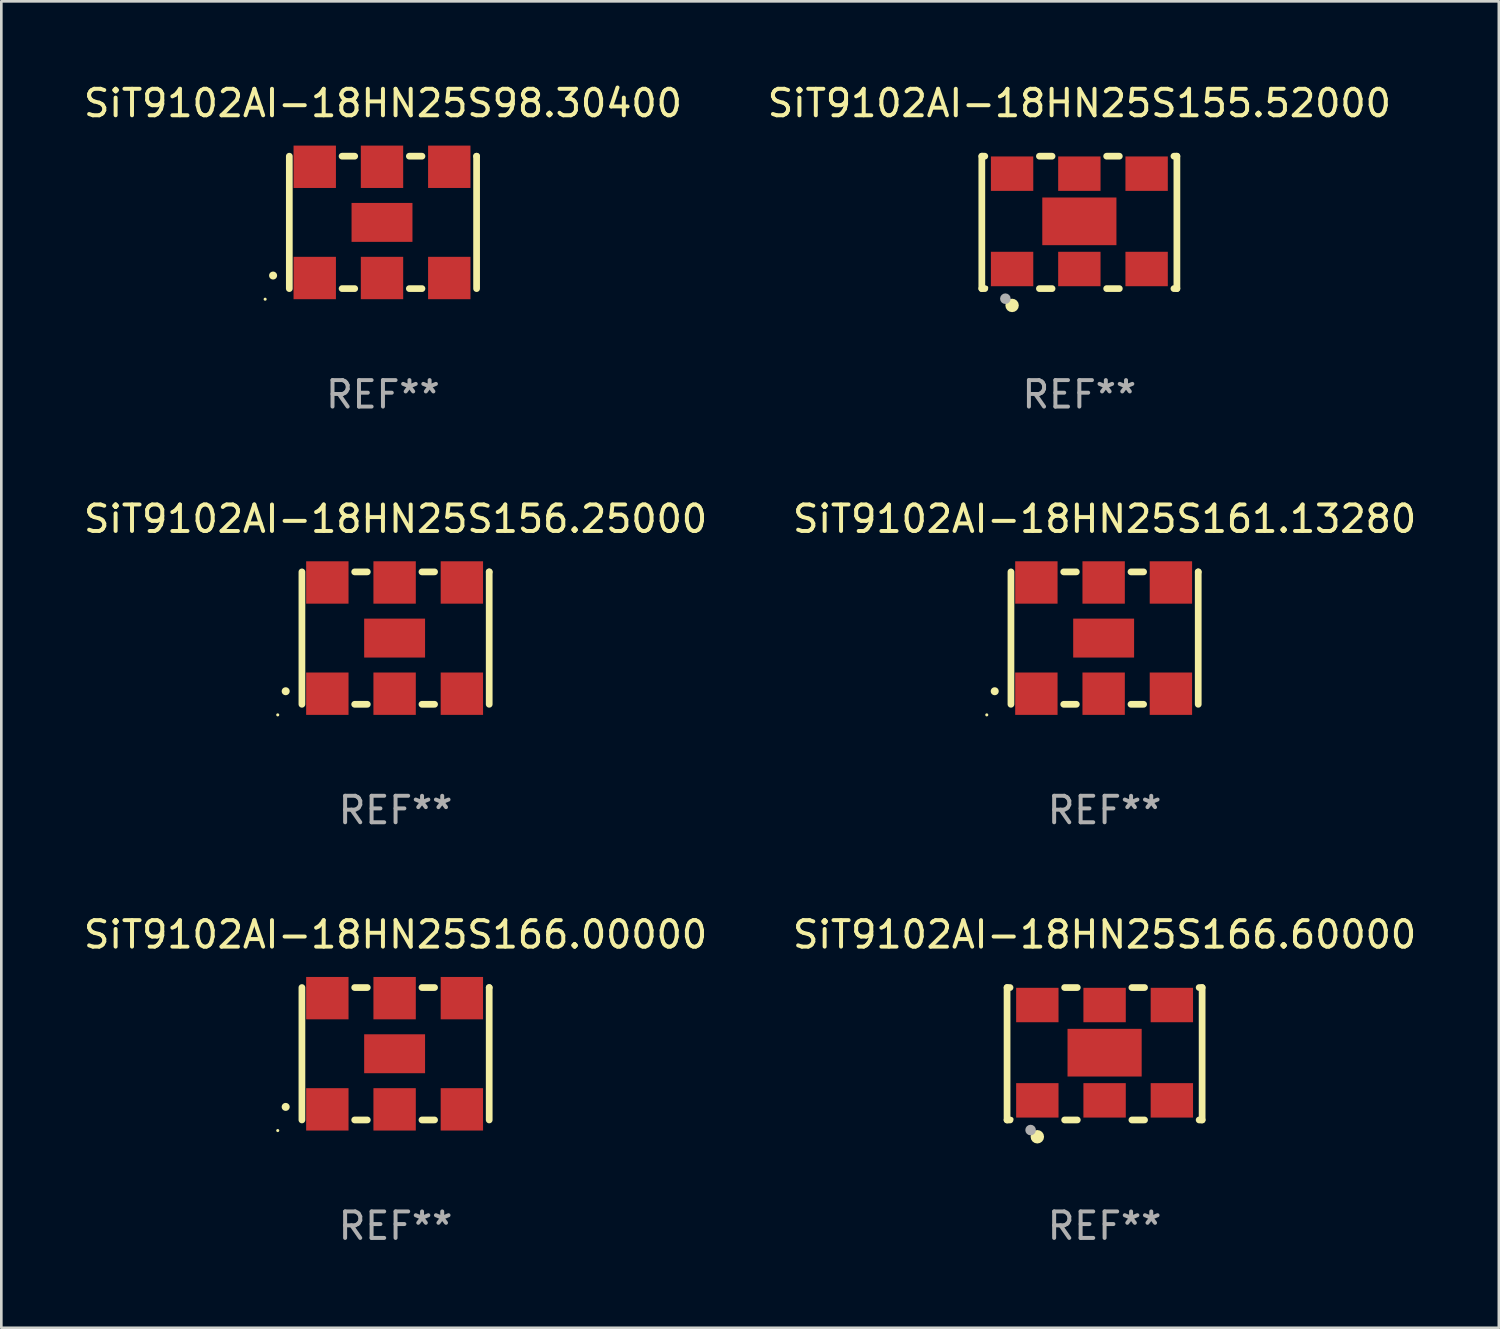
<source format=kicad_pcb>
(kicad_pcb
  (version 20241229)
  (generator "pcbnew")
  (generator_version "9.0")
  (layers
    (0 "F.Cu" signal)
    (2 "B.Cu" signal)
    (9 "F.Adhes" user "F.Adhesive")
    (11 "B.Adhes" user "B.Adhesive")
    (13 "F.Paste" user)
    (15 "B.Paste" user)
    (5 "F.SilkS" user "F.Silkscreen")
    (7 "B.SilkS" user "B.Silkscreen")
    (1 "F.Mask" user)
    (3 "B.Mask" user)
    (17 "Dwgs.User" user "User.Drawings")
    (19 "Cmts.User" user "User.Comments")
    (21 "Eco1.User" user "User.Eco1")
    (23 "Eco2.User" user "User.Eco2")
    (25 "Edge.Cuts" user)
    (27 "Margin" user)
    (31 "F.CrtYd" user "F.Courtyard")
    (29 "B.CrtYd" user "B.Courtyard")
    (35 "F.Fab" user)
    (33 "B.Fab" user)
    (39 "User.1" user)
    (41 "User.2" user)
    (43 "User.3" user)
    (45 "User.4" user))
  (footprint "SiT9102AI-18HN25S166.60000"
    (layer "F.Cu")
    (at 38.661 36.741)
    (property "Reference" "SiT9102AI-18HN25S166.60000" (at 0 -4.5 0) (layer "F.SilkS") (effects (font (size 1 1) (thickness 0.15))))
    (attr through_hole)
    (fp_line (start -3.683 -2.5) (end -3.571 -2.5) (stroke (width 0.254) (type solid)) (layer "F.SilkS"))
    (fp_line (start -3.683 2.5) (end -3.683 -2.5) (stroke (width 0.254) (type solid)) (layer "F.SilkS"))
    (fp_line (start -3.683 2.5) (end -3.571 2.5) (stroke (width 0.254) (type solid)) (layer "F.SilkS"))
    (fp_line (start -1.509 -2.5) (end -1.031 -2.5) (stroke (width 0.254) (type solid)) (layer "F.SilkS"))
    (fp_line (start -1.509 2.5) (end -1.031 2.5) (stroke (width 0.254) (type solid)) (layer "F.SilkS"))
    (fp_line (start 1.031 -2.5) (end 1.509 -2.5) (stroke (width 0.254) (type solid)) (layer "F.SilkS"))
    (fp_line (start 1.031 2.5) (end 1.509 2.5) (stroke (width 0.254) (type solid)) (layer "F.SilkS"))
    (fp_line (start 3.571 -2.5) (end 3.683 -2.5) (stroke (width 0.254) (type solid)) (layer "F.SilkS"))
    (fp_line (start 3.571 2.5) (end 3.683 2.5) (stroke (width 0.254) (type solid)) (layer "F.SilkS"))
    (fp_line (start 3.683 2.5) (end 3.683 -2.5) (stroke (width 0.254) (type solid)) (layer "F.SilkS"))
    (fp_circle (center -3.5 2.46) (end -3.47 2.46) (stroke (width 0.06) (type solid)) (fill no) (layer "F.SilkS"))
    (fp_circle (center -2.54 3.135) (end -2.413 3.135) (stroke (width 0.254) (type solid)) (fill no) (layer "F.SilkS"))
    (fp_circle (center -2.794 2.881) (end -2.694 2.881) (stroke (width 0.2) (type solid)) (fill no) (layer "F.Fab"))
    (fp_text user "REF**" (at 0 6.5 0) (layer "F.Fab") (effects (font (size 1 1) (thickness 0.15))))
    (pad "1" smd rect (at -2.54 1.76) (size 1.6 1.3) (layers "F.Cu" "F.Mask" "F.Paste"))
    (pad "2" smd rect (at 0 1.76) (size 1.6 1.3) (layers "F.Cu" "F.Mask" "F.Paste"))
    (pad "3" smd rect (at 2.54 1.76) (size 1.6 1.3) (layers "F.Cu" "F.Mask" "F.Paste"))
    (pad "4" smd rect (at 2.54 -1.84) (size 1.6 1.3) (layers "F.Cu" "F.Mask" "F.Paste"))
    (pad "5" smd rect (at 0 -1.84) (size 1.6 1.3) (layers "F.Cu" "F.Mask" "F.Paste"))
    (pad "6" smd rect (at -2.54 -1.84) (size 1.6 1.3) (layers "F.Cu" "F.Mask" "F.Paste"))
    (pad "7" smd rect (at 0 -0.04) (size 2.8 1.8) (layers "F.Cu" "F.Mask" "F.Paste")))
  (footprint "SiT9102AI-18HN25S155.52000"
    (layer "F.Cu")
    (at 37.708 5.348)
    (property "Reference" "SiT9102AI-18HN25S155.52000" (at 0 -4.5 0) (layer "F.SilkS") (effects (font (size 1 1) (thickness 0.15))))
    (attr through_hole)
    (fp_line (start -3.683 -2.5) (end -3.571 -2.5) (stroke (width 0.254) (type solid)) (layer "F.SilkS"))
    (fp_line (start -3.683 2.5) (end -3.683 -2.5) (stroke (width 0.254) (type solid)) (layer "F.SilkS"))
    (fp_line (start -3.683 2.5) (end -3.571 2.5) (stroke (width 0.254) (type solid)) (layer "F.SilkS"))
    (fp_line (start -1.509 -2.5) (end -1.031 -2.5) (stroke (width 0.254) (type solid)) (layer "F.SilkS"))
    (fp_line (start -1.509 2.5) (end -1.031 2.5) (stroke (width 0.254) (type solid)) (layer "F.SilkS"))
    (fp_line (start 1.031 -2.5) (end 1.509 -2.5) (stroke (width 0.254) (type solid)) (layer "F.SilkS"))
    (fp_line (start 1.031 2.5) (end 1.509 2.5) (stroke (width 0.254) (type solid)) (layer "F.SilkS"))
    (fp_line (start 3.571 -2.5) (end 3.683 -2.5) (stroke (width 0.254) (type solid)) (layer "F.SilkS"))
    (fp_line (start 3.571 2.5) (end 3.683 2.5) (stroke (width 0.254) (type solid)) (layer "F.SilkS"))
    (fp_line (start 3.683 2.5) (end 3.683 -2.5) (stroke (width 0.254) (type solid)) (layer "F.SilkS"))
    (fp_circle (center -3.5 2.46) (end -3.47 2.46) (stroke (width 0.06) (type solid)) (fill no) (layer "F.SilkS"))
    (fp_circle (center -2.54 3.135) (end -2.413 3.135) (stroke (width 0.254) (type solid)) (fill no) (layer "F.SilkS"))
    (fp_circle (center -2.794 2.881) (end -2.694 2.881) (stroke (width 0.2) (type solid)) (fill no) (layer "F.Fab"))
    (fp_text user "REF**" (at 0 6.5 0) (layer "F.Fab") (effects (font (size 1 1) (thickness 0.15))))
    (pad "1" smd rect (at -2.54 1.76) (size 1.6 1.3) (layers "F.Cu" "F.Mask" "F.Paste"))
    (pad "2" smd rect (at 0 1.76) (size 1.6 1.3) (layers "F.Cu" "F.Mask" "F.Paste"))
    (pad "3" smd rect (at 2.54 1.76) (size 1.6 1.3) (layers "F.Cu" "F.Mask" "F.Paste"))
    (pad "4" smd rect (at 2.54 -1.84) (size 1.6 1.3) (layers "F.Cu" "F.Mask" "F.Paste"))
    (pad "5" smd rect (at 0 -1.84) (size 1.6 1.3) (layers "F.Cu" "F.Mask" "F.Paste"))
    (pad "6" smd rect (at -2.54 -1.84) (size 1.6 1.3) (layers "F.Cu" "F.Mask" "F.Paste"))
    (pad "7" smd rect (at 0 -0.04) (size 2.8 1.8) (layers "F.Cu" "F.Mask" "F.Paste")))
  (footprint "SiT9102AI-18HN25S166.00000"
    (layer "F.Cu")
    (at 11.887 36.741)
    (property "Reference" "SiT9102AI-18HN25S166.00000" (at 0 -4.5 0) (layer "F.SilkS") (effects (font (size 1 1) (thickness 0.15))))
    (attr through_hole)
    (fp_line (start -3.536 -2.5) (end -3.536 2.5) (stroke (width 0.254) (type solid)) (layer "F.SilkS"))
    (fp_line (start -1.544 2.5) (end -1.067 2.5) (stroke (width 0.254) (type solid)) (layer "F.SilkS"))
    (fp_line (start -1.067 -2.5) (end -1.544 -2.5) (stroke (width 0.254) (type solid)) (layer "F.SilkS"))
    (fp_line (start 0.996 2.5) (end 1.473 2.5) (stroke (width 0.254) (type solid)) (layer "F.SilkS"))
    (fp_line (start 1.473 -2.5) (end 0.996 -2.5) (stroke (width 0.254) (type solid)) (layer "F.SilkS"))
    (fp_line (start 3.536 -2.5) (end 3.536 -2.5) (stroke (width 0.254) (type solid)) (layer "F.SilkS"))
    (fp_line (start 3.536 2.5) (end 3.536 -2.5) (stroke (width 0.254) (type solid)) (layer "F.SilkS"))
    (fp_arc (start -4.150432 2.006604) (mid -4.149162 2.006599) (end -4.147892 2.006604) (stroke (width 0.3) (type solid)) (layer "F.SilkS"))
    (fp_circle (center -4.449 2.9) (end -4.419 2.9) (stroke (width 0.06) (type solid)) (fill no) (layer "F.SilkS"))
    (fp_text user "REF**" (at 0 6.5 0) (layer "F.Fab") (effects (font (size 1 1) (thickness 0.15))))
    (pad "1" smd rect (at -2.576 2.1) (size 1.6 1.6) (layers "F.Cu" "F.Mask" "F.Paste"))
    (pad "2" smd rect (at -0.036 2.1) (size 1.6 1.6) (layers "F.Cu" "F.Mask" "F.Paste"))
    (pad "3" smd rect (at 2.504 2.1) (size 1.6 1.6) (layers "F.Cu" "F.Mask" "F.Paste"))
    (pad "4" smd rect (at 2.504 -2.1) (size 1.6 1.6) (layers "F.Cu" "F.Mask" "F.Paste"))
    (pad "5" smd rect (at -0.036 -2.1) (size 1.6 1.6) (layers "F.Cu" "F.Mask" "F.Paste"))
    (pad "6" smd rect (at -2.576 -2.1) (size 1.6 1.6) (layers "F.Cu" "F.Mask" "F.Paste"))
    (pad "7" smd rect (at -0.036 0) (size 2.3 1.47) (layers "F.Cu" "F.Mask" "F.Paste")))
  (footprint "SiT9102AI-18HN25S98.30400"
    (layer "F.Cu")
    (at 11.411 5.348)
    (property "Reference" "SiT9102AI-18HN25S98.30400" (at 0 -4.5 0) (layer "F.SilkS") (effects (font (size 1 1) (thickness 0.15))))
    (attr through_hole)
    (fp_line (start -3.536 -2.5) (end -3.536 2.5) (stroke (width 0.254) (type solid)) (layer "F.SilkS"))
    (fp_line (start -1.544 2.5) (end -1.067 2.5) (stroke (width 0.254) (type solid)) (layer "F.SilkS"))
    (fp_line (start -1.067 -2.5) (end -1.544 -2.5) (stroke (width 0.254) (type solid)) (layer "F.SilkS"))
    (fp_line (start 0.996 2.5) (end 1.473 2.5) (stroke (width 0.254) (type solid)) (layer "F.SilkS"))
    (fp_line (start 1.473 -2.5) (end 0.996 -2.5) (stroke (width 0.254) (type solid)) (layer "F.SilkS"))
    (fp_line (start 3.536 -2.5) (end 3.536 -2.5) (stroke (width 0.254) (type solid)) (layer "F.SilkS"))
    (fp_line (start 3.536 2.5) (end 3.536 -2.5) (stroke (width 0.254) (type solid)) (layer "F.SilkS"))
    (fp_arc (start -4.150432 2.006604) (mid -4.149162 2.006599) (end -4.147892 2.006604) (stroke (width 0.3) (type solid)) (layer "F.SilkS"))
    (fp_circle (center -4.449 2.9) (end -4.419 2.9) (stroke (width 0.06) (type solid)) (fill no) (layer "F.SilkS"))
    (fp_text user "REF**" (at 0 6.5 0) (layer "F.Fab") (effects (font (size 1 1) (thickness 0.15))))
    (pad "1" smd rect (at -2.576 2.1) (size 1.6 1.6) (layers "F.Cu" "F.Mask" "F.Paste"))
    (pad "2" smd rect (at -0.036 2.1) (size 1.6 1.6) (layers "F.Cu" "F.Mask" "F.Paste"))
    (pad "3" smd rect (at 2.504 2.1) (size 1.6 1.6) (layers "F.Cu" "F.Mask" "F.Paste"))
    (pad "4" smd rect (at 2.504 -2.1) (size 1.6 1.6) (layers "F.Cu" "F.Mask" "F.Paste"))
    (pad "5" smd rect (at -0.036 -2.1) (size 1.6 1.6) (layers "F.Cu" "F.Mask" "F.Paste"))
    (pad "6" smd rect (at -2.576 -2.1) (size 1.6 1.6) (layers "F.Cu" "F.Mask" "F.Paste"))
    (pad "7" smd rect (at -0.036 0) (size 2.3 1.47) (layers "F.Cu" "F.Mask" "F.Paste")))
  (footprint "SiT9102AI-18HN25S156.25000"
    (layer "F.Cu")
    (at 11.887 21.045)
    (property "Reference" "SiT9102AI-18HN25S156.25000" (at 0 -4.5 0) (layer "F.SilkS") (effects (font (size 1 1) (thickness 0.15))))
    (attr through_hole)
    (fp_line (start -3.536 -2.5) (end -3.536 2.5) (stroke (width 0.254) (type solid)) (layer "F.SilkS"))
    (fp_line (start -1.544 2.5) (end -1.067 2.5) (stroke (width 0.254) (type solid)) (layer "F.SilkS"))
    (fp_line (start -1.067 -2.5) (end -1.544 -2.5) (stroke (width 0.254) (type solid)) (layer "F.SilkS"))
    (fp_line (start 0.996 2.5) (end 1.473 2.5) (stroke (width 0.254) (type solid)) (layer "F.SilkS"))
    (fp_line (start 1.473 -2.5) (end 0.996 -2.5) (stroke (width 0.254) (type solid)) (layer "F.SilkS"))
    (fp_line (start 3.536 -2.5) (end 3.536 -2.5) (stroke (width 0.254) (type solid)) (layer "F.SilkS"))
    (fp_line (start 3.536 2.5) (end 3.536 -2.5) (stroke (width 0.254) (type solid)) (layer "F.SilkS"))
    (fp_arc (start -4.150432 2.006604) (mid -4.149162 2.006599) (end -4.147892 2.006604) (stroke (width 0.3) (type solid)) (layer "F.SilkS"))
    (fp_circle (center -4.449 2.9) (end -4.419 2.9) (stroke (width 0.06) (type solid)) (fill no) (layer "F.SilkS"))
    (fp_text user "REF**" (at 0 6.5 0) (layer "F.Fab") (effects (font (size 1 1) (thickness 0.15))))
    (pad "1" smd rect (at -2.576 2.1) (size 1.6 1.6) (layers "F.Cu" "F.Mask" "F.Paste"))
    (pad "2" smd rect (at -0.036 2.1) (size 1.6 1.6) (layers "F.Cu" "F.Mask" "F.Paste"))
    (pad "3" smd rect (at 2.504 2.1) (size 1.6 1.6) (layers "F.Cu" "F.Mask" "F.Paste"))
    (pad "4" smd rect (at 2.504 -2.1) (size 1.6 1.6) (layers "F.Cu" "F.Mask" "F.Paste"))
    (pad "5" smd rect (at -0.036 -2.1) (size 1.6 1.6) (layers "F.Cu" "F.Mask" "F.Paste"))
    (pad "6" smd rect (at -2.576 -2.1) (size 1.6 1.6) (layers "F.Cu" "F.Mask" "F.Paste"))
    (pad "7" smd rect (at -0.036 0) (size 2.3 1.47) (layers "F.Cu" "F.Mask" "F.Paste")))
  (footprint "SiT9102AI-18HN25S161.13280"
    (layer "F.Cu")
    (at 38.661 21.045)
    (property "Reference" "SiT9102AI-18HN25S161.13280" (at 0 -4.5 0) (layer "F.SilkS") (effects (font (size 1 1) (thickness 0.15))))
    (attr through_hole)
    (fp_line (start -3.536 -2.5) (end -3.536 2.5) (stroke (width 0.254) (type solid)) (layer "F.SilkS"))
    (fp_line (start -1.544 2.5) (end -1.067 2.5) (stroke (width 0.254) (type solid)) (layer "F.SilkS"))
    (fp_line (start -1.067 -2.5) (end -1.544 -2.5) (stroke (width 0.254) (type solid)) (layer "F.SilkS"))
    (fp_line (start 0.996 2.5) (end 1.473 2.5) (stroke (width 0.254) (type solid)) (layer "F.SilkS"))
    (fp_line (start 1.473 -2.5) (end 0.996 -2.5) (stroke (width 0.254) (type solid)) (layer "F.SilkS"))
    (fp_line (start 3.536 -2.5) (end 3.536 -2.5) (stroke (width 0.254) (type solid)) (layer "F.SilkS"))
    (fp_line (start 3.536 2.5) (end 3.536 -2.5) (stroke (width 0.254) (type solid)) (layer "F.SilkS"))
    (fp_arc (start -4.150432 2.006604) (mid -4.149162 2.006599) (end -4.147892 2.006604) (stroke (width 0.3) (type solid)) (layer "F.SilkS"))
    (fp_circle (center -4.449 2.9) (end -4.419 2.9) (stroke (width 0.06) (type solid)) (fill no) (layer "F.SilkS"))
    (fp_text user "REF**" (at 0 6.5 0) (layer "F.Fab") (effects (font (size 1 1) (thickness 0.15))))
    (pad "1" smd rect (at -2.576 2.1) (size 1.6 1.6) (layers "F.Cu" "F.Mask" "F.Paste"))
    (pad "2" smd rect (at -0.036 2.1) (size 1.6 1.6) (layers "F.Cu" "F.Mask" "F.Paste"))
    (pad "3" smd rect (at 2.504 2.1) (size 1.6 1.6) (layers "F.Cu" "F.Mask" "F.Paste"))
    (pad "4" smd rect (at 2.504 -2.1) (size 1.6 1.6) (layers "F.Cu" "F.Mask" "F.Paste"))
    (pad "5" smd rect (at -0.036 -2.1) (size 1.6 1.6) (layers "F.Cu" "F.Mask" "F.Paste"))
    (pad "6" smd rect (at -2.576 -2.1) (size 1.6 1.6) (layers "F.Cu" "F.Mask" "F.Paste"))
    (pad "7" smd rect (at -0.036 0) (size 2.3 1.47) (layers "F.Cu" "F.Mask" "F.Paste")))
  (gr_rect
    (start -3 -3)
    (end 53.548 47.09)
    (stroke (width 0.1) (type default))
    (fill no)
    (layer "Edge.Cuts")))
</source>
